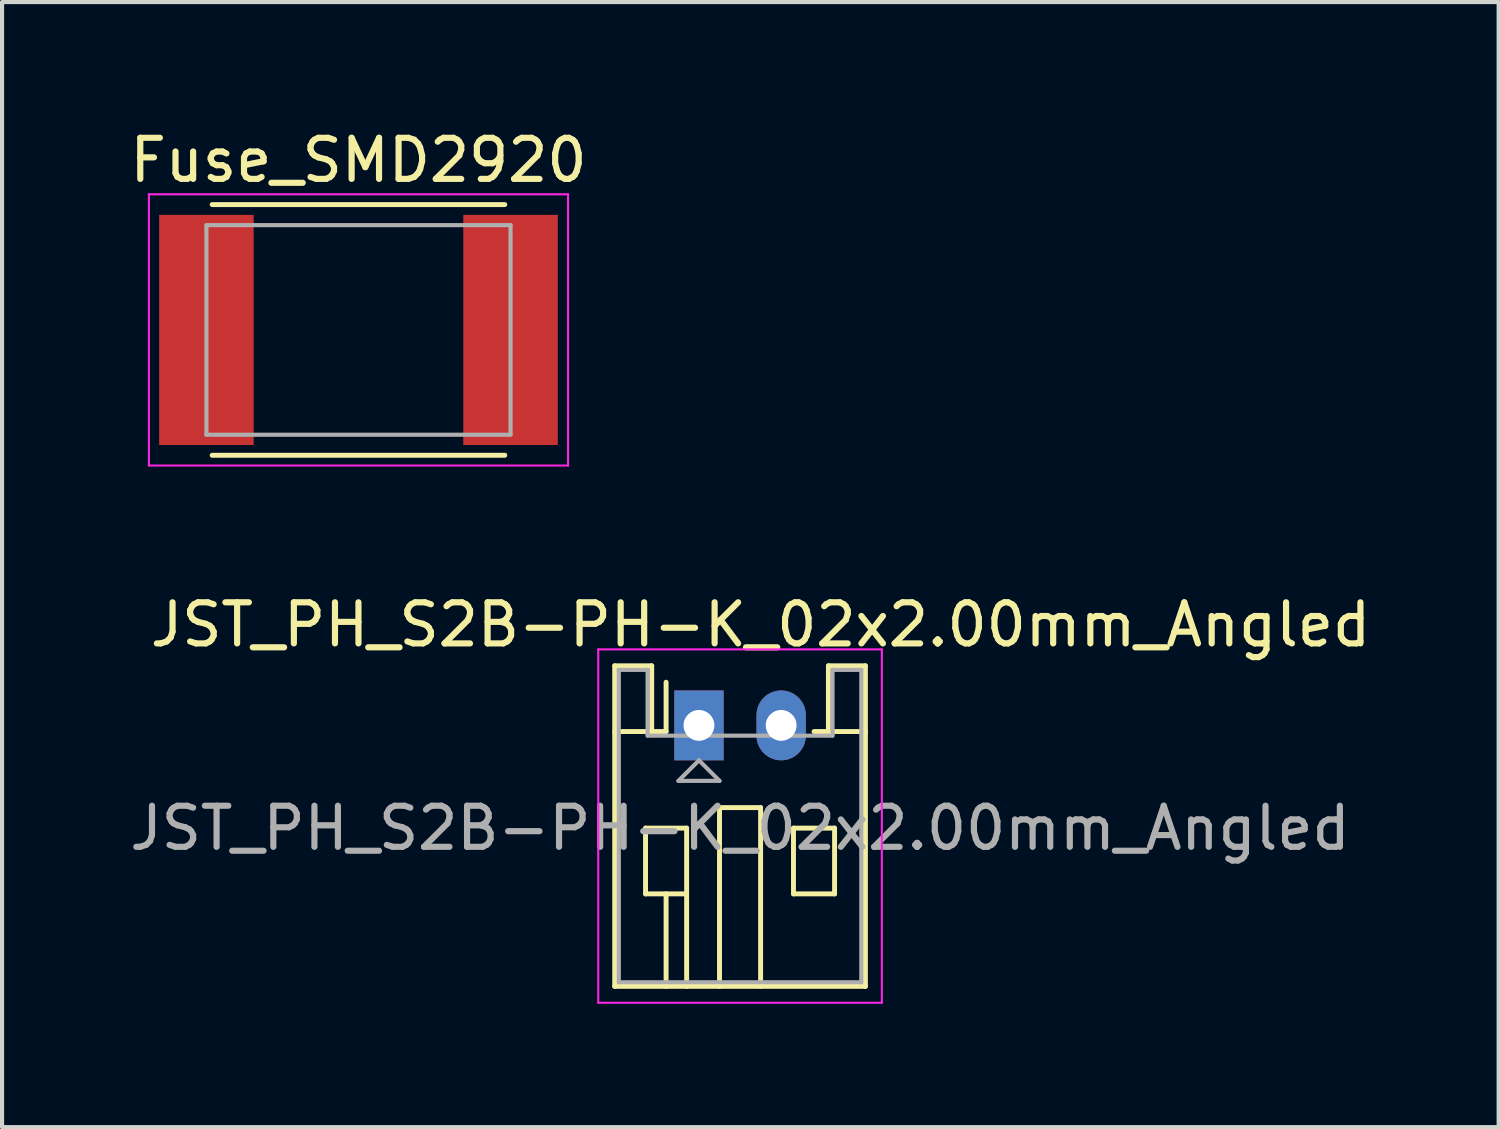
<source format=kicad_pcb>
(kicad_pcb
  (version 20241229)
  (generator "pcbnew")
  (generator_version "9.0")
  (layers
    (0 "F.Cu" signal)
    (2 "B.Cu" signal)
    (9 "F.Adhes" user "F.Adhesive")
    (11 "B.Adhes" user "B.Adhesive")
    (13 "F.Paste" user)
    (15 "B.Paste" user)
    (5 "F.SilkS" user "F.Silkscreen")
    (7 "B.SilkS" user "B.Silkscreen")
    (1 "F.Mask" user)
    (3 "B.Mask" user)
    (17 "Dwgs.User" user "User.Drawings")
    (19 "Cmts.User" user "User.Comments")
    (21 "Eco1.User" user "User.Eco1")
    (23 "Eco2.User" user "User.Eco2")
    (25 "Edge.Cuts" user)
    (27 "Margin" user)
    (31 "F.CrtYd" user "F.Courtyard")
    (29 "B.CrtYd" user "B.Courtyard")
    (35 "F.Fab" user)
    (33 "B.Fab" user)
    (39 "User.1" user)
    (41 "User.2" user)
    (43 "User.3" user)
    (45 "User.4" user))
  (footprint "Fuse_SMD2920"
    (layer "F.Cu")
    (at 5.673 4.978)
    (property "Reference" "Fuse_SMD2920" (at 0 -4.13 0) (layer "F.SilkS") (effects (font (size 1 1) (thickness 0.15))))
    (attr smd)
    (fp_line (start -3.56 -3.05) (end 3.56 -3.05) (stroke (width 0.12) (type solid)) (layer "F.SilkS"))
    (fp_line (start -3.56 3.05) (end 3.56 3.05) (stroke (width 0.12) (type solid)) (layer "F.SilkS"))
    (fp_line (start -5.1 -3.3) (end -5.1 3.3) (stroke (width 0.05) (type solid)) (layer "F.CrtYd"))
    (fp_line (start -5.1 -3.3) (end 5.1 -3.3) (stroke (width 0.05) (type solid)) (layer "F.CrtYd"))
    (fp_line (start -5.1 3.3) (end 5.1 3.3) (stroke (width 0.05) (type solid)) (layer "F.CrtYd"))
    (fp_line (start 5.1 -3.3) (end 5.1 3.3) (stroke (width 0.05) (type solid)) (layer "F.CrtYd"))
    (fp_line (start -3.7 -2.55) (end 3.7 -2.55) (stroke (width 0.1) (type solid)) (layer "F.Fab"))
    (fp_line (start -3.7 2.55) (end -3.7 -2.55) (stroke (width 0.1) (type solid)) (layer "F.Fab"))
    (fp_line (start 3.7 -2.55) (end 3.7 2.55) (stroke (width 0.1) (type solid)) (layer "F.Fab"))
    (fp_line (start 3.7 2.55) (end -3.7 2.55) (stroke (width 0.1) (type solid)) (layer "F.Fab"))
    (pad "1" smd rect (at -3.7 0 90) (size 5.6 2.3) (layers "F.Cu" "F.Mask" "F.Paste"))
    (pad "2" smd rect (at 3.7 0 90) (size 5.6 2.3) (layers "F.Cu" "F.Mask" "F.Paste")))
  (footprint "JST_PH_S2B-PH-K_02x2.00mm_Angled"
    (layer "F.Cu")
    (at 13.958 14.601)
    (property "Reference" "JST_PH_S2B-PH-K_02x2.00mm_Angled" (at 1.5 -2.45 0) (layer "F.SilkS") (effects (font (size 1 1) (thickness 0.15))))
    (attr through_hole)
    (fp_line (start -2.05 -1.45) (end -2.05 6.35) (stroke (width 0.12) (type solid)) (layer "F.SilkS"))
    (fp_line (start -2.05 0.15) (end -1.15 0.15) (stroke (width 0.12) (type solid)) (layer "F.SilkS"))
    (fp_line (start -2.05 6.35) (end 4.05 6.35) (stroke (width 0.12) (type solid)) (layer "F.SilkS"))
    (fp_line (start -1.3 2.5) (end -1.3 4.1) (stroke (width 0.12) (type solid)) (layer "F.SilkS"))
    (fp_line (start -1.3 4.1) (end -0.3 4.1) (stroke (width 0.12) (type solid)) (layer "F.SilkS"))
    (fp_line (start -1.15 -1.45) (end -2.05 -1.45) (stroke (width 0.12) (type solid)) (layer "F.SilkS"))
    (fp_line (start -1.15 0.15) (end -1.15 -1.45) (stroke (width 0.12) (type solid)) (layer "F.SilkS"))
    (fp_line (start -0.8 0.15) (end -1.15 0.15) (stroke (width 0.12) (type solid)) (layer "F.SilkS"))
    (fp_line (start -0.8 0.15) (end -0.8 -1.05) (stroke (width 0.12) (type solid)) (layer "F.SilkS"))
    (fp_line (start -0.8 4.1) (end -0.8 6.35) (stroke (width 0.12) (type solid)) (layer "F.SilkS"))
    (fp_line (start -0.3 2.5) (end -1.3 2.5) (stroke (width 0.12) (type solid)) (layer "F.SilkS"))
    (fp_line (start -0.3 4.1) (end -0.3 2.5) (stroke (width 0.12) (type solid)) (layer "F.SilkS"))
    (fp_line (start -0.3 4.1) (end -0.3 6.35) (stroke (width 0.12) (type solid)) (layer "F.SilkS"))
    (fp_line (start 0.5 2) (end 1.5 2) (stroke (width 0.12) (type solid)) (layer "F.SilkS"))
    (fp_line (start 0.5 6.35) (end 0.5 2) (stroke (width 0.12) (type solid)) (layer "F.SilkS"))
    (fp_line (start 1.5 2) (end 1.5 6.35) (stroke (width 0.12) (type solid)) (layer "F.SilkS"))
    (fp_line (start 2.3 2.5) (end 3.3 2.5) (stroke (width 0.12) (type solid)) (layer "F.SilkS"))
    (fp_line (start 2.3 4.1) (end 2.3 2.5) (stroke (width 0.12) (type solid)) (layer "F.SilkS"))
    (fp_line (start 3.15 -1.45) (end 3.15 0.15) (stroke (width 0.12) (type solid)) (layer "F.SilkS"))
    (fp_line (start 3.15 0.15) (end 2.8 0.15) (stroke (width 0.12) (type solid)) (layer "F.SilkS"))
    (fp_line (start 3.3 2.5) (end 3.3 4.1) (stroke (width 0.12) (type solid)) (layer "F.SilkS"))
    (fp_line (start 3.3 4.1) (end 2.3 4.1) (stroke (width 0.12) (type solid)) (layer "F.SilkS"))
    (fp_line (start 4.05 -1.45) (end 3.15 -1.45) (stroke (width 0.12) (type solid)) (layer "F.SilkS"))
    (fp_line (start 4.05 0.15) (end 3.15 0.15) (stroke (width 0.12) (type solid)) (layer "F.SilkS"))
    (fp_line (start 4.05 6.35) (end 4.05 -1.45) (stroke (width 0.12) (type solid)) (layer "F.SilkS"))
    (fp_line (start -2.45 -1.85) (end -2.45 6.75) (stroke (width 0.05) (type solid)) (layer "F.CrtYd"))
    (fp_line (start -2.45 6.75) (end 4.45 6.75) (stroke (width 0.05) (type solid)) (layer "F.CrtYd"))
    (fp_line (start 4.45 -1.85) (end -2.45 -1.85) (stroke (width 0.05) (type solid)) (layer "F.CrtYd"))
    (fp_line (start 4.45 6.75) (end 4.45 -1.85) (stroke (width 0.05) (type solid)) (layer "F.CrtYd"))
    (fp_line (start -1.95 -1.35) (end -1.95 6.25) (stroke (width 0.1) (type solid)) (layer "F.Fab"))
    (fp_line (start -1.95 6.25) (end 3.95 6.25) (stroke (width 0.1) (type solid)) (layer "F.Fab"))
    (fp_line (start -1.25 -1.35) (end -1.95 -1.35) (stroke (width 0.1) (type solid)) (layer "F.Fab"))
    (fp_line (start -1.25 0.25) (end -1.25 -1.35) (stroke (width 0.1) (type solid)) (layer "F.Fab"))
    (fp_line (start -0.5 1.35) (end 0.5 1.35) (stroke (width 0.1) (type solid)) (layer "F.Fab"))
    (fp_line (start 0 0.85) (end -0.5 1.35) (stroke (width 0.1) (type solid)) (layer "F.Fab"))
    (fp_line (start 0.5 1.35) (end 0 0.85) (stroke (width 0.1) (type solid)) (layer "F.Fab"))
    (fp_line (start 3.25 -1.35) (end 3.25 0.25) (stroke (width 0.1) (type solid)) (layer "F.Fab"))
    (fp_line (start 3.25 0.25) (end -1.25 0.25) (stroke (width 0.1) (type solid)) (layer "F.Fab"))
    (fp_line (start 3.95 -1.35) (end 3.25 -1.35) (stroke (width 0.1) (type solid)) (layer "F.Fab"))
    (fp_line (start 3.95 6.25) (end 3.95 -1.35) (stroke (width 0.1) (type solid)) (layer "F.Fab"))
    (fp_text user "${REFERENCE}" (at 1 2.5 0) (layer "F.Fab") (effects (font (size 1 1) (thickness 0.15))))
    (pad "1" thru_hole rect (at 0 0) (size 1.2 1.7) (drill 0.75) (layers "*.Cu" "*.Mask"))
    (pad "2" thru_hole oval (at 2 0) (size 1.2 1.7) (drill 0.75) (layers "*.Cu" "*.Mask")))
  (gr_rect
    (start -3 -3)
    (end 33.417 24.377)
    (stroke (width 0.1) (type default))
    (fill no)
    (layer "Edge.Cuts")))
</source>
